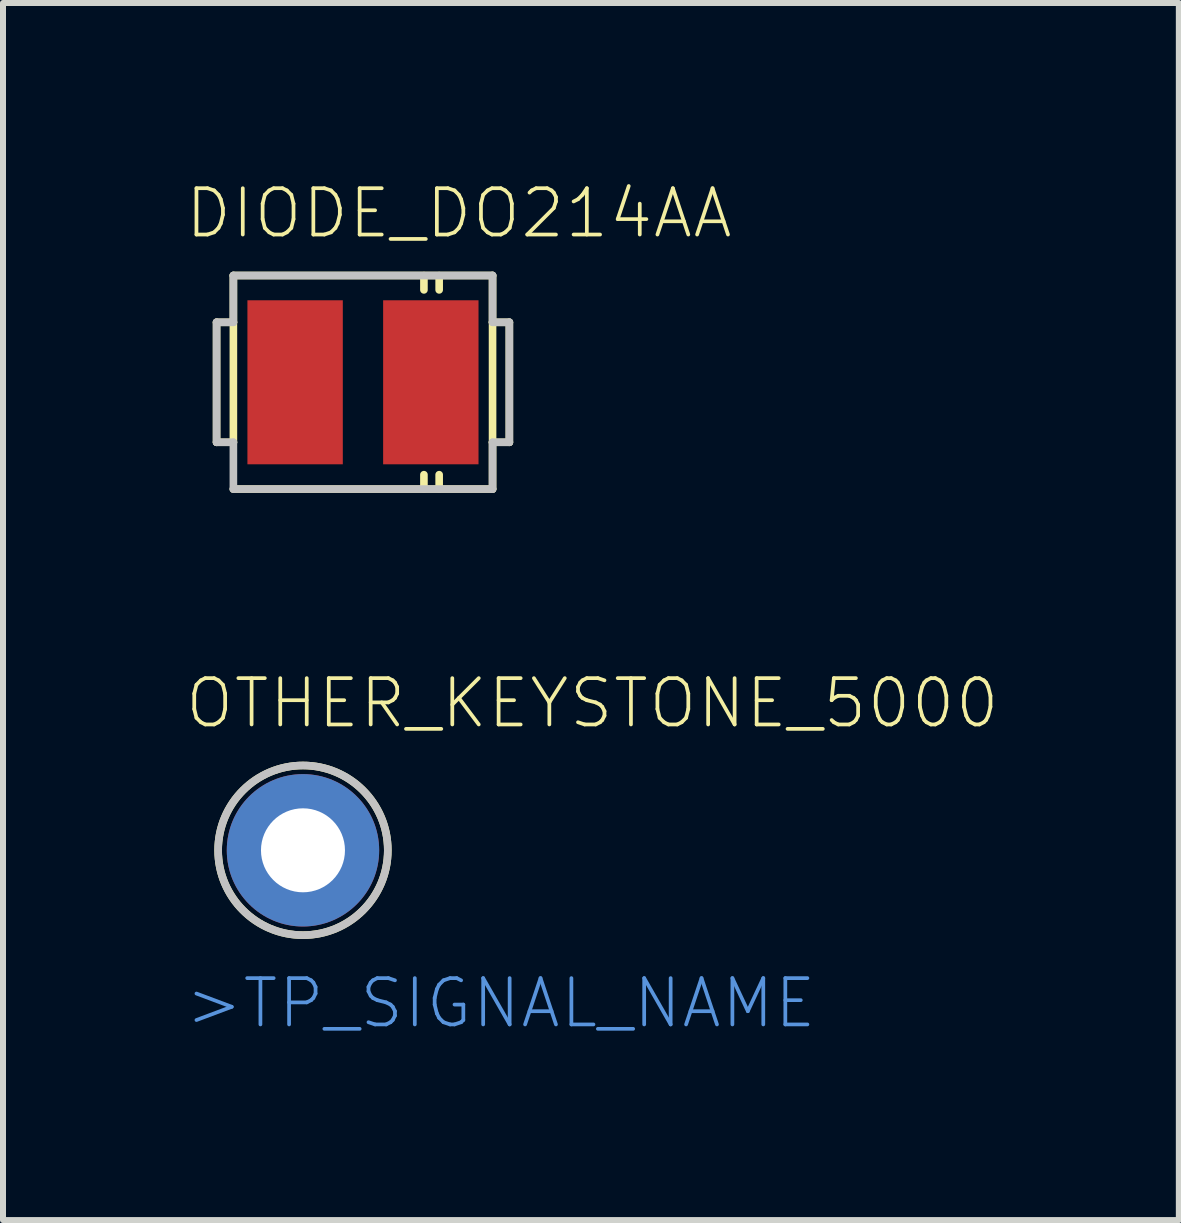
<source format=kicad_pcb>
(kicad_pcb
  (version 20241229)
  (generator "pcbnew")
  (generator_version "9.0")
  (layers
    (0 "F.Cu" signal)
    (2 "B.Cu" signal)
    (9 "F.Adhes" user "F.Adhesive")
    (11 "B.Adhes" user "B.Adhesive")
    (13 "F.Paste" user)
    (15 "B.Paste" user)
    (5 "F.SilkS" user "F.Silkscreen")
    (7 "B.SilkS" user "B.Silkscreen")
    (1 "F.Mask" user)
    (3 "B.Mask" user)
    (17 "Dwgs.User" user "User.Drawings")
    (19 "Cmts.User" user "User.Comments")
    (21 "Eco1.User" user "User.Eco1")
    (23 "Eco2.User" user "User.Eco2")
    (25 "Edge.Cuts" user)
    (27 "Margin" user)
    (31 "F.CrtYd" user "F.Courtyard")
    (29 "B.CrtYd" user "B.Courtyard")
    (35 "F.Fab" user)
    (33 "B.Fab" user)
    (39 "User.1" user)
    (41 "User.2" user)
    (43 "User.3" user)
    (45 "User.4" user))
  (footprint "OTHER_KEYSTONE_5000"
    (layer "F.Cu")
    (at 2 11.123)
    (property "Reference" "OTHER_KEYSTONE_5000" (at -2 -2 0) (layer "F.SilkS") (effects (font (size 0.772 0.772) (thickness 0.062)) (justify left bottom)))
    (attr through_hole)
    (fp_circle (center 0 0) (end 1.414 0) (stroke (width 0.127) (type solid)) (fill no) (layer "F.SilkS"))
    (fp_circle (center 0 0) (end 1.414 0) (stroke (width 0.127) (type solid)) (fill no) (layer "Dwgs.User"))
    (fp_text user ">TP_SIGNAL_NAME" (at -2 3 0) (layer "Cmts.User") (effects (font (size 0.772 0.772) (thickness 0.062)) (justify left bottom)))
    (pad "TP" thru_hole circle (at 0 0) (size 2.54 2.54) (drill 1.4) (layers "*.Cu" "*.Mask")))
  (footprint "DIODE_DO214AA"
    (layer "F.Cu")
    (at 3 3.322)
    (property "Reference" "DIODE_DO214AA" (at -3 -2.365 0) (layer "F.SilkS") (effects (font (size 0.772 0.772) (thickness 0.062)) (justify left bottom)))
    (attr through_hole)
    (fp_line (start -2.44 -1) (end -2.44 1) (stroke (width 0.127) (type solid)) (layer "F.SilkS"))
    (fp_line (start -2.44 1) (end -2.16 1) (stroke (width 0.127) (type solid)) (layer "F.SilkS"))
    (fp_line (start -2.16 -1.78) (end 2.16 -1.78) (stroke (width 0.127) (type solid)) (layer "F.SilkS"))
    (fp_line (start -2.16 -1) (end -2.44 -1) (stroke (width 0.127) (type solid)) (layer "F.SilkS"))
    (fp_line (start -2.16 -1) (end -2.16 -1.78) (stroke (width 0.127) (type solid)) (layer "F.SilkS"))
    (fp_line (start -2.16 1) (end -2.16 -1) (stroke (width 0.127) (type solid)) (layer "F.SilkS"))
    (fp_line (start 1.016 -1.778) (end 1.016 -1.54) (stroke (width 0.127) (type solid)) (layer "F.SilkS"))
    (fp_line (start 1.016 1.778) (end 1.016 1.54) (stroke (width 0.127) (type solid)) (layer "F.SilkS"))
    (fp_line (start 1.27 -1.778) (end 1.27 -1.54) (stroke (width 0.127) (type solid)) (layer "F.SilkS"))
    (fp_line (start 1.27 1.778) (end 1.27 1.54) (stroke (width 0.127) (type solid)) (layer "F.SilkS"))
    (fp_line (start 2.16 -1) (end 2.16 -1.78) (stroke (width 0.127) (type solid)) (layer "F.SilkS"))
    (fp_line (start 2.16 1) (end 2.16 -1) (stroke (width 0.127) (type solid)) (layer "F.SilkS"))
    (fp_line (start 2.16 1) (end 2.44 1) (stroke (width 0.127) (type solid)) (layer "F.SilkS"))
    (fp_line (start 2.16 1.78) (end -2.16 1.78) (stroke (width 0.127) (type solid)) (layer "F.SilkS"))
    (fp_line (start 2.16 1.78) (end 2.16 1) (stroke (width 0.127) (type solid)) (layer "F.SilkS"))
    (fp_line (start 2.44 -1) (end 2.16 -1) (stroke (width 0.127) (type solid)) (layer "F.SilkS"))
    (fp_line (start 2.44 1) (end 2.44 -1) (stroke (width 0.127) (type solid)) (layer "F.SilkS"))
    (fp_line (start -2.44 -1) (end -2.44 1) (stroke (width 0.127) (type solid)) (layer "Dwgs.User"))
    (fp_line (start -2.44 1) (end -2.16 1) (stroke (width 0.127) (type solid)) (layer "Dwgs.User"))
    (fp_line (start -2.16 -1.78) (end 2.16 -1.78) (stroke (width 0.127) (type solid)) (layer "Dwgs.User"))
    (fp_line (start -2.16 -1) (end -2.44 -1) (stroke (width 0.127) (type solid)) (layer "Dwgs.User"))
    (fp_line (start -2.16 -1) (end -2.16 -1.78) (stroke (width 0.127) (type solid)) (layer "Dwgs.User"))
    (fp_line (start -2.16 1.78) (end -2.16 1) (stroke (width 0.127) (type solid)) (layer "Dwgs.User"))
    (fp_line (start 2.16 -1) (end 2.16 -1.78) (stroke (width 0.127) (type solid)) (layer "Dwgs.User"))
    (fp_line (start 2.16 1) (end 2.44 1) (stroke (width 0.127) (type solid)) (layer "Dwgs.User"))
    (fp_line (start 2.16 1.78) (end -2.16 1.78) (stroke (width 0.127) (type solid)) (layer "Dwgs.User"))
    (fp_line (start 2.16 1.78) (end 2.16 1) (stroke (width 0.127) (type solid)) (layer "Dwgs.User"))
    (fp_line (start 2.44 -1) (end 2.16 -1) (stroke (width 0.127) (type solid)) (layer "Dwgs.User"))
    (fp_line (start 2.44 1) (end 2.44 -1) (stroke (width 0.127) (type solid)) (layer "Dwgs.User"))
    (pad "1" smd rect (at -1.131 0 90) (size 2.734 1.59) (layers "F.Cu" "F.Mask" "F.Paste"))
    (pad "2" smd rect (at 1.131 0 270) (size 2.734 1.59) (layers "F.Cu" "F.Mask" "F.Paste")))
  (gr_rect
    (start -3 -3)
    (end 16.599 17.286)
    (stroke (width 0.1) (type default))
    (fill no)
    (layer "Edge.Cuts")))
</source>
